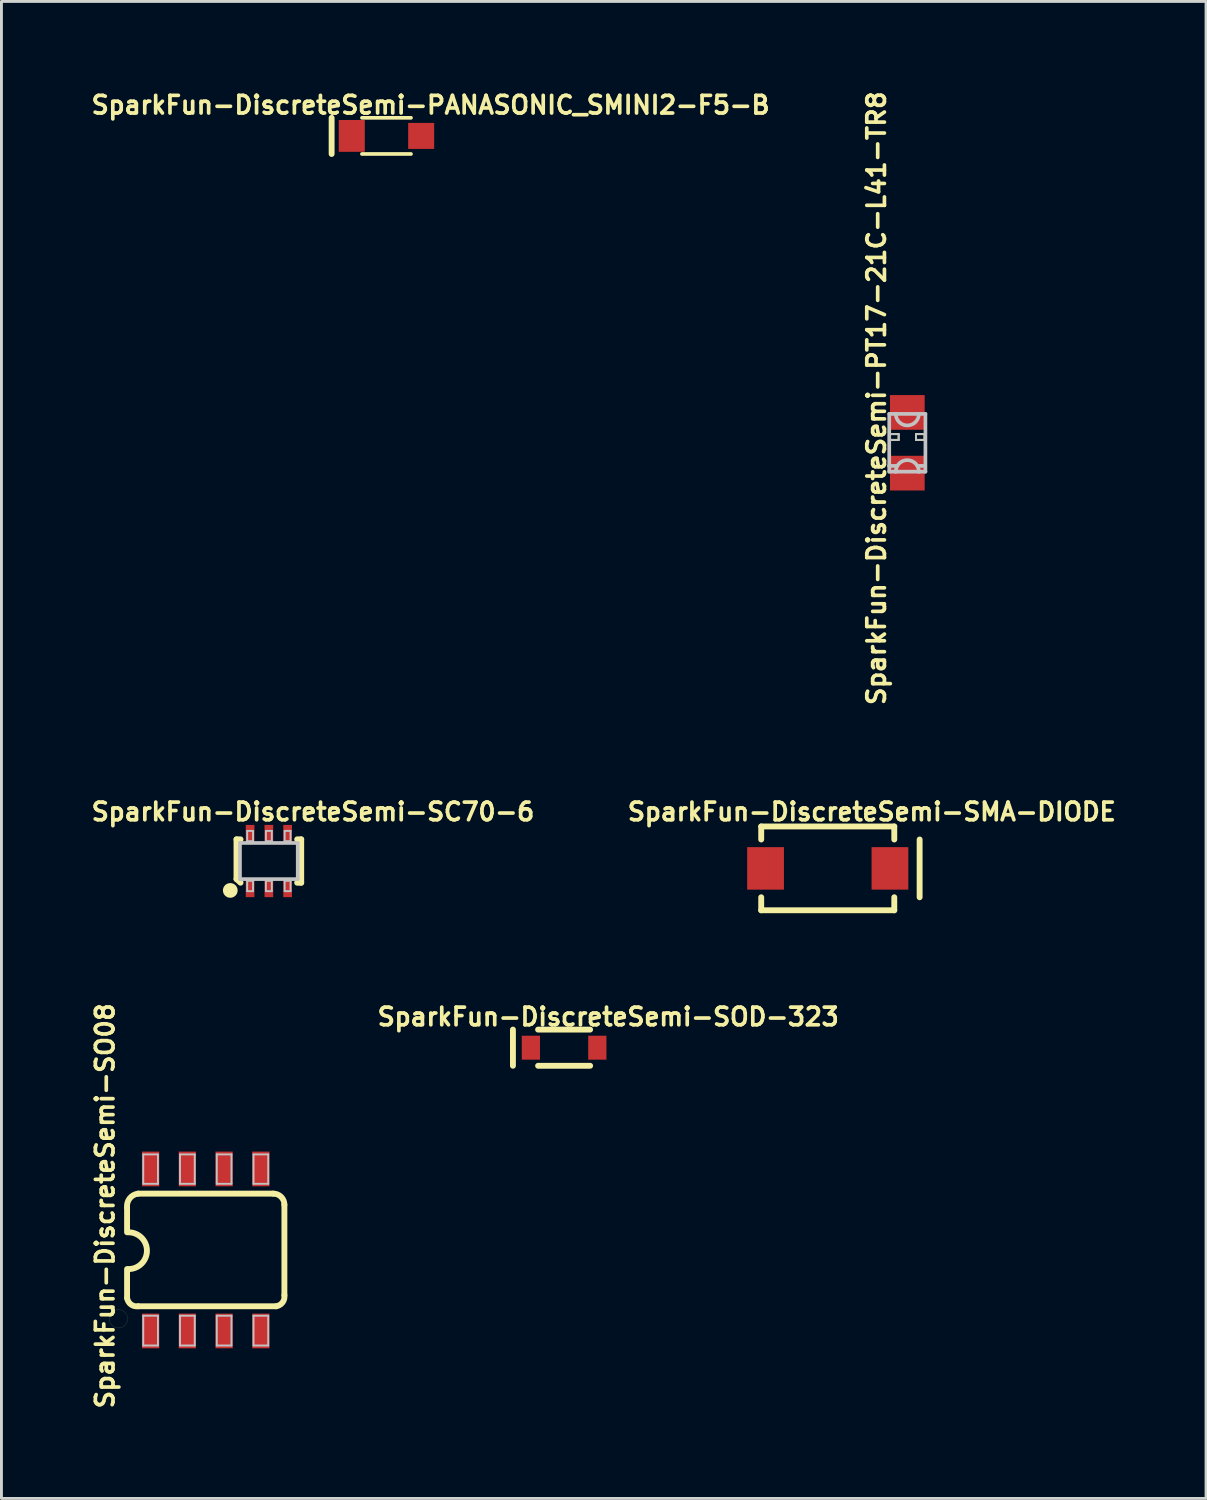
<source format=kicad_pcb>
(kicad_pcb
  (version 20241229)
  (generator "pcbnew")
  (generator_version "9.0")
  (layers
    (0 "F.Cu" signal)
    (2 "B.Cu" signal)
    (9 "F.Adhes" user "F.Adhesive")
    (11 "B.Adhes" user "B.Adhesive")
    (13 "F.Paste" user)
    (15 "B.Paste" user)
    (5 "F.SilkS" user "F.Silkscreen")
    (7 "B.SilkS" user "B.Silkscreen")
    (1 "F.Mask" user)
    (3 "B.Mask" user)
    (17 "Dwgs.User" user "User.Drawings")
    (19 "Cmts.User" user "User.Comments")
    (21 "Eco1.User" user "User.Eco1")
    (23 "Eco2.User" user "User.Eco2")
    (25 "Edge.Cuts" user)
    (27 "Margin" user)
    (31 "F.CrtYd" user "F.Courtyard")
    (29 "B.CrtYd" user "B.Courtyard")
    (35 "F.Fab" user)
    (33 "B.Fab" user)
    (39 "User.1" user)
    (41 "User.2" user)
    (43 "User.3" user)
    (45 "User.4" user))
  (footprint "SparkFun-DiscreteSemi-PT17-21C-L41-TR8"
    (layer "F.Cu")
    (at 28.302 12.25)
    (property "Reference" "SparkFun-DiscreteSemi-PT17-21C-L41-TR8" (at -1.067 -1.539 90) (layer "F.SilkS") (effects (font (size 0.61 0.61) (thickness 0.127))))
    (attr smd)
    (fp_line (start -0.599 -0.3) (end -0.3 -0.3) (stroke (width 0.066) (type solid)) (layer "F.SilkS"))
    (fp_line (start -0.599 -0.099) (end -0.599 -0.3) (stroke (width 0.066) (type solid)) (layer "F.SilkS"))
    (fp_line (start -0.599 -0.099) (end -0.3 -0.099) (stroke (width 0.066) (type solid)) (layer "F.SilkS"))
    (fp_line (start -0.3 -0.099) (end -0.3 -0.3) (stroke (width 0.066) (type solid)) (layer "F.SilkS"))
    (fp_line (start 0.3 -0.3) (end 0.599 -0.3) (stroke (width 0.066) (type solid)) (layer "F.SilkS"))
    (fp_line (start 0.3 -0.099) (end 0.3 -0.3) (stroke (width 0.066) (type solid)) (layer "F.SilkS"))
    (fp_line (start 0.3 -0.099) (end 0.599 -0.099) (stroke (width 0.066) (type solid)) (layer "F.SilkS"))
    (fp_line (start 0.599 -0.099) (end 0.599 -0.3) (stroke (width 0.066) (type solid)) (layer "F.SilkS"))
    (fp_line (start -0.625 -0.998) (end 0.625 -0.998) (stroke (width 0.127) (type solid)) (layer "Dwgs.User"))
    (fp_line (start -0.625 0.798) (end -0.625 -0.998) (stroke (width 0.127) (type solid)) (layer "Dwgs.User"))
    (fp_line (start -0.625 0.998) (end -0.625 0.798) (stroke (width 0.127) (type solid)) (layer "Dwgs.User"))
    (fp_line (start -0.599 -0.3) (end -0.3 -0.3) (stroke (width 0.066) (type solid)) (layer "Dwgs.User"))
    (fp_line (start -0.599 -0.099) (end -0.599 -0.3) (stroke (width 0.066) (type solid)) (layer "Dwgs.User"))
    (fp_line (start -0.599 -0.099) (end -0.3 -0.099) (stroke (width 0.066) (type solid)) (layer "Dwgs.User"))
    (fp_line (start -0.399 0.998) (end -0.625 0.998) (stroke (width 0.127) (type solid)) (layer "Dwgs.User"))
    (fp_line (start -0.348 0.798) (end -0.625 0.798) (stroke (width 0.127) (type solid)) (layer "Dwgs.User"))
    (fp_line (start -0.3 -0.099) (end -0.3 -0.3) (stroke (width 0.066) (type solid)) (layer "Dwgs.User"))
    (fp_line (start 0.3 -0.3) (end 0.599 -0.3) (stroke (width 0.066) (type solid)) (layer "Dwgs.User"))
    (fp_line (start 0.3 -0.099) (end 0.3 -0.3) (stroke (width 0.066) (type solid)) (layer "Dwgs.User"))
    (fp_line (start 0.3 -0.099) (end 0.599 -0.099) (stroke (width 0.066) (type solid)) (layer "Dwgs.User"))
    (fp_line (start 0.399 0.998) (end -0.399 0.998) (stroke (width 0.127) (type solid)) (layer "Dwgs.User"))
    (fp_line (start 0.599 -0.099) (end 0.599 -0.3) (stroke (width 0.066) (type solid)) (layer "Dwgs.User"))
    (fp_line (start 0.599 0.798) (end 0.348 0.798) (stroke (width 0.127) (type solid)) (layer "Dwgs.User"))
    (fp_line (start 0.625 -0.998) (end 0.625 0.998) (stroke (width 0.127) (type solid)) (layer "Dwgs.User"))
    (fp_line (start 0.625 0.998) (end 0.399 0.998) (stroke (width 0.127) (type solid)) (layer "Dwgs.User"))
    (fp_arc (start -0.39878 0.99822) (mid 0 0.59944) (end 0.39878 0.99822) (stroke (width 0.127) (type solid)) (layer "Dwgs.User"))
    (fp_arc (start 0.39878 -0.99822) (mid 0 -0.59944) (end -0.39878 -0.99822) (stroke (width 0.127) (type solid)) (layer "Dwgs.User"))
    (pad "C" smd rect (at 0 -1.049) (size 1.199 1.199) (layers "F.Cu" "F.Mask" "F.Paste"))
    (pad "E" smd rect (at 0 1.049) (size 1.199 1.199) (layers "F.Cu" "F.Mask" "F.Paste")))
  (footprint "SparkFun-DiscreteSemi-SC70-6"
    (layer "F.Cu")
    (at 6.24 26.702)
    (property "Reference" "SparkFun-DiscreteSemi-SC70-6" (at 1.524 -1.702 0) (layer "F.SilkS") (effects (font (size 0.61 0.61) (thickness 0.127))))
    (attr smd)
    (fp_line (start -1.118 -0.749) (end -1.118 0.622) (stroke (width 0.203) (type solid)) (layer "F.SilkS"))
    (fp_line (start -1.118 0.622) (end -0.978 0.749) (stroke (width 0.203) (type solid)) (layer "F.SilkS"))
    (fp_line (start -0.978 -0.749) (end -1.118 -0.749) (stroke (width 0.203) (type solid)) (layer "F.SilkS"))
    (fp_line (start 0.978 0.749) (end 1.118 0.749) (stroke (width 0.203) (type solid)) (layer "F.SilkS"))
    (fp_line (start 1.118 -0.749) (end 0.978 -0.749) (stroke (width 0.203) (type solid)) (layer "F.SilkS"))
    (fp_line (start 1.118 0.749) (end 1.118 -0.749) (stroke (width 0.203) (type solid)) (layer "F.SilkS"))
    (fp_circle (center -1.333 1.016) (end -1.333 0.762) (stroke (width 0) (type solid)) (fill yes) (layer "F.SilkS"))
    (fp_line (start -0.998 -0.625) (end -0.998 0.625) (stroke (width 0.127) (type solid)) (layer "Dwgs.User"))
    (fp_line (start -0.998 0.625) (end 0.998 0.625) (stroke (width 0.127) (type solid)) (layer "Dwgs.User"))
    (fp_line (start -0.749 -1.041) (end -0.546 -1.041) (stroke (width 0.066) (type solid)) (layer "Dwgs.User"))
    (fp_line (start -0.749 -0.686) (end -0.749 -1.041) (stroke (width 0.066) (type solid)) (layer "Dwgs.User"))
    (fp_line (start -0.749 -0.686) (end -0.546 -0.686) (stroke (width 0.066) (type solid)) (layer "Dwgs.User"))
    (fp_line (start -0.749 0.686) (end -0.546 0.686) (stroke (width 0.066) (type solid)) (layer "Dwgs.User"))
    (fp_line (start -0.749 1.041) (end -0.749 0.686) (stroke (width 0.066) (type solid)) (layer "Dwgs.User"))
    (fp_line (start -0.749 1.041) (end -0.546 1.041) (stroke (width 0.066) (type solid)) (layer "Dwgs.User"))
    (fp_line (start -0.546 -0.686) (end -0.546 -1.041) (stroke (width 0.066) (type solid)) (layer "Dwgs.User"))
    (fp_line (start -0.546 1.041) (end -0.546 0.686) (stroke (width 0.066) (type solid)) (layer "Dwgs.User"))
    (fp_line (start -0.102 -1.041) (end 0.102 -1.041) (stroke (width 0.066) (type solid)) (layer "Dwgs.User"))
    (fp_line (start -0.102 -0.686) (end -0.102 -1.041) (stroke (width 0.066) (type solid)) (layer "Dwgs.User"))
    (fp_line (start -0.102 -0.686) (end 0.102 -0.686) (stroke (width 0.066) (type solid)) (layer "Dwgs.User"))
    (fp_line (start -0.102 0.686) (end 0.102 0.686) (stroke (width 0.066) (type solid)) (layer "Dwgs.User"))
    (fp_line (start -0.102 1.041) (end -0.102 0.686) (stroke (width 0.066) (type solid)) (layer "Dwgs.User"))
    (fp_line (start -0.102 1.041) (end 0.102 1.041) (stroke (width 0.066) (type solid)) (layer "Dwgs.User"))
    (fp_line (start 0.102 -0.686) (end 0.102 -1.041) (stroke (width 0.066) (type solid)) (layer "Dwgs.User"))
    (fp_line (start 0.102 1.041) (end 0.102 0.686) (stroke (width 0.066) (type solid)) (layer "Dwgs.User"))
    (fp_line (start 0.546 -1.041) (end 0.749 -1.041) (stroke (width 0.066) (type solid)) (layer "Dwgs.User"))
    (fp_line (start 0.546 -0.686) (end 0.546 -1.041) (stroke (width 0.066) (type solid)) (layer "Dwgs.User"))
    (fp_line (start 0.546 -0.686) (end 0.749 -0.686) (stroke (width 0.066) (type solid)) (layer "Dwgs.User"))
    (fp_line (start 0.546 0.686) (end 0.749 0.686) (stroke (width 0.066) (type solid)) (layer "Dwgs.User"))
    (fp_line (start 0.546 1.041) (end 0.546 0.686) (stroke (width 0.066) (type solid)) (layer "Dwgs.User"))
    (fp_line (start 0.546 1.041) (end 0.749 1.041) (stroke (width 0.066) (type solid)) (layer "Dwgs.User"))
    (fp_line (start 0.749 -0.686) (end 0.749 -1.041) (stroke (width 0.066) (type solid)) (layer "Dwgs.User"))
    (fp_line (start 0.749 1.041) (end 0.749 0.686) (stroke (width 0.066) (type solid)) (layer "Dwgs.User"))
    (fp_line (start 0.998 -0.625) (end -0.998 -0.625) (stroke (width 0.127) (type solid)) (layer "Dwgs.User"))
    (fp_line (start 0.998 0.625) (end 0.998 -0.625) (stroke (width 0.127) (type solid)) (layer "Dwgs.User"))
    (pad "1" smd rect (at -0.648 0.919 180) (size 0.3 0.658) (layers "F.Cu" "F.Mask" "F.Paste"))
    (pad "2" smd rect (at 0 0.919 180) (size 0.3 0.658) (layers "F.Cu" "F.Mask" "F.Paste"))
    (pad "3" smd rect (at 0.648 0.919 180) (size 0.3 0.658) (layers "F.Cu" "F.Mask" "F.Paste"))
    (pad "4" smd rect (at 0.648 -0.919) (size 0.3 0.658) (layers "F.Cu" "F.Mask" "F.Paste"))
    (pad "5" smd rect (at 0 -0.919) (size 0.3 0.658) (layers "F.Cu" "F.Mask" "F.Paste"))
    (pad "6" smd rect (at -0.648 -0.919) (size 0.3 0.658) (layers "F.Cu" "F.Mask" "F.Paste")))
  (footprint "SparkFun-DiscreteSemi-SOD-323"
    (layer "F.Cu")
    (at 16.442 33.152)
    (property "Reference" "SparkFun-DiscreteSemi-SOD-323" (at 1.524 -1.067 0) (layer "F.SilkS") (effects (font (size 0.61 0.61) (thickness 0.127))))
    (attr smd)
    (fp_line (start -1.768 -0.625) (end -1.768 0.625) (stroke (width 0.203) (type solid)) (layer "F.SilkS"))
    (fp_line (start -0.899 -0.625) (end 0.899 -0.625) (stroke (width 0.203) (type solid)) (layer "F.SilkS"))
    (fp_line (start -0.899 0.625) (end 0.899 0.625) (stroke (width 0.203) (type solid)) (layer "F.SilkS"))
    (pad "A" smd rect (at 1.148 0) (size 0.63 0.828) (layers "F.Cu" "F.Mask" "F.Paste"))
    (pad "C" smd rect (at -1.148 0) (size 0.63 0.828) (layers "F.Cu" "F.Mask" "F.Paste")))
  (footprint "SparkFun-DiscreteSemi-SMA-DIODE"
    (layer "F.Cu")
    (at 25.552 26.956)
    (property "Reference" "SparkFun-DiscreteSemi-SMA-DIODE" (at 1.524 -1.956 0) (layer "F.SilkS") (effects (font (size 0.61 0.61) (thickness 0.127))))
    (attr smd)
    (fp_line (start -2.299 -1.448) (end 2.299 -1.448) (stroke (width 0.203) (type solid)) (layer "F.SilkS"))
    (fp_line (start -2.299 -0.998) (end -2.299 -1.448) (stroke (width 0.203) (type solid)) (layer "F.SilkS"))
    (fp_line (start -2.299 1.448) (end -2.299 0.998) (stroke (width 0.203) (type solid)) (layer "F.SilkS"))
    (fp_line (start 2.299 -1.448) (end 2.299 -0.998) (stroke (width 0.203) (type solid)) (layer "F.SilkS"))
    (fp_line (start 2.299 0.998) (end 2.299 1.448) (stroke (width 0.203) (type solid)) (layer "F.SilkS"))
    (fp_line (start 2.299 1.448) (end -2.299 1.448) (stroke (width 0.203) (type solid)) (layer "F.SilkS"))
    (fp_line (start 3.175 -0.998) (end 3.175 0.998) (stroke (width 0.203) (type solid)) (layer "F.SilkS"))
    (pad "A" smd rect (at -2.149 0 180) (size 1.27 1.468) (layers "F.Cu" "F.Mask" "F.Paste"))
    (pad "C" smd rect (at 2.149 0) (size 1.27 1.468) (layers "F.Cu" "F.Mask" "F.Paste")))
  (footprint "SparkFun-DiscreteSemi-SO08"
    (layer "F.Cu")
    (at 4.059 40.141)
    (property "Reference" "SparkFun-DiscreteSemi-SO08" (at -3.48 -1.524 90) (layer "F.SilkS") (effects (font (size 0.61 0.61) (thickness 0.127))))
    (attr smd)
    (fp_line (start -3.332 2.38) (end -3.325 2.451) (stroke (width 0.003) (type solid)) (layer "F.SilkS"))
    (fp_line (start -3.325 2.309) (end -3.332 2.38) (stroke (width 0.003) (type solid)) (layer "F.SilkS"))
    (fp_line (start -3.325 2.451) (end -3.302 2.517) (stroke (width 0.003) (type solid)) (layer "F.SilkS"))
    (fp_line (start -3.302 2.243) (end -3.325 2.309) (stroke (width 0.003) (type solid)) (layer "F.SilkS"))
    (fp_line (start -3.302 2.517) (end -3.264 2.578) (stroke (width 0.003) (type solid)) (layer "F.SilkS"))
    (fp_line (start -3.264 2.182) (end -3.302 2.243) (stroke (width 0.003) (type solid)) (layer "F.SilkS"))
    (fp_line (start -3.264 2.578) (end -3.213 2.629) (stroke (width 0.003) (type solid)) (layer "F.SilkS"))
    (fp_line (start -3.213 2.131) (end -3.264 2.182) (stroke (width 0.003) (type solid)) (layer "F.SilkS"))
    (fp_line (start -3.213 2.629) (end -3.152 2.667) (stroke (width 0.003) (type solid)) (layer "F.SilkS"))
    (fp_line (start -3.152 2.093) (end -3.213 2.131) (stroke (width 0.003) (type solid)) (layer "F.SilkS"))
    (fp_line (start -3.152 2.667) (end -3.086 2.69) (stroke (width 0.003) (type solid)) (layer "F.SilkS"))
    (fp_line (start -3.086 2.07) (end -3.152 2.093) (stroke (width 0.003) (type solid)) (layer "F.SilkS"))
    (fp_line (start -3.086 2.69) (end -3.015 2.697) (stroke (width 0.003) (type solid)) (layer "F.SilkS"))
    (fp_line (start -3.015 2.062) (end -3.086 2.07) (stroke (width 0.003) (type solid)) (layer "F.SilkS"))
    (fp_line (start -3.015 2.697) (end -2.944 2.69) (stroke (width 0.003) (type solid)) (layer "F.SilkS"))
    (fp_line (start -2.944 2.07) (end -3.015 2.062) (stroke (width 0.003) (type solid)) (layer "F.SilkS"))
    (fp_line (start -2.944 2.69) (end -2.878 2.667) (stroke (width 0.003) (type solid)) (layer "F.SilkS"))
    (fp_line (start -2.878 2.093) (end -2.944 2.07) (stroke (width 0.003) (type solid)) (layer "F.SilkS"))
    (fp_line (start -2.878 2.667) (end -2.817 2.629) (stroke (width 0.003) (type solid)) (layer "F.SilkS"))
    (fp_line (start -2.817 2.131) (end -2.878 2.093) (stroke (width 0.003) (type solid)) (layer "F.SilkS"))
    (fp_line (start -2.817 2.629) (end -2.766 2.578) (stroke (width 0.003) (type solid)) (layer "F.SilkS"))
    (fp_line (start -2.766 2.182) (end -2.817 2.131) (stroke (width 0.003) (type solid)) (layer "F.SilkS"))
    (fp_line (start -2.766 2.578) (end -2.728 2.517) (stroke (width 0.003) (type solid)) (layer "F.SilkS"))
    (fp_line (start -2.728 2.243) (end -2.766 2.182) (stroke (width 0.003) (type solid)) (layer "F.SilkS"))
    (fp_line (start -2.728 2.517) (end -2.705 2.451) (stroke (width 0.003) (type solid)) (layer "F.SilkS"))
    (fp_line (start -2.718 -1.45) (end -2.718 -0.61) (stroke (width 0.203) (type solid)) (layer "F.SilkS"))
    (fp_line (start -2.718 1.664) (end -2.718 0.66) (stroke (width 0.203) (type solid)) (layer "F.SilkS"))
    (fp_line (start -2.705 2.309) (end -2.728 2.243) (stroke (width 0.003) (type solid)) (layer "F.SilkS"))
    (fp_line (start -2.705 2.451) (end -2.697 2.38) (stroke (width 0.003) (type solid)) (layer "F.SilkS"))
    (fp_line (start -2.697 2.38) (end -2.705 2.309) (stroke (width 0.003) (type solid)) (layer "F.SilkS"))
    (fp_line (start -2.337 1.946) (end 2.436 1.946) (stroke (width 0.203) (type solid)) (layer "F.SilkS"))
    (fp_line (start 2.337 -1.946) (end -2.337 -1.946) (stroke (width 0.203) (type solid)) (layer "F.SilkS"))
    (fp_line (start 2.718 1.565) (end 2.718 -1.565) (stroke (width 0.203) (type solid)) (layer "F.SilkS"))
    (fp_arc (start -2.7178 -1.46304) (mid -2.62725 -1.783248) (end -2.3368 -1.94564) (stroke (width 0.2032) (type solid)) (layer "F.SilkS"))
    (fp_arc (start -2.667 -0.6096) (mid -2.032 0.0254) (end -2.667 0.6604) (stroke (width 0.2032) (type solid)) (layer "F.SilkS"))
    (fp_arc (start -2.3368 1.94564) (mid -2.584422 1.883052) (end -2.71526 1.6637) (stroke (width 0.2032) (type solid)) (layer "F.SilkS"))
    (fp_arc (start 2.3368 -1.94564) (mid 2.606208 -1.834048) (end 2.7178 -1.56464) (stroke (width 0.2032) (type solid)) (layer "F.SilkS"))
    (fp_arc (start 2.7178 1.56464) (mid 2.654468 1.814058) (end 2.43332 1.94564) (stroke (width 0.2032) (type solid)) (layer "F.SilkS"))
    (fp_line (start -2.159 -3.302) (end -1.651 -3.302) (stroke (width 0.066) (type solid)) (layer "Dwgs.User"))
    (fp_line (start -2.159 -2.286) (end -2.159 -3.302) (stroke (width 0.066) (type solid)) (layer "Dwgs.User"))
    (fp_line (start -2.159 -2.286) (end -1.651 -2.286) (stroke (width 0.066) (type solid)) (layer "Dwgs.User"))
    (fp_line (start -2.159 2.273) (end -1.651 2.273) (stroke (width 0.066) (type solid)) (layer "Dwgs.User"))
    (fp_line (start -2.159 3.302) (end -2.159 2.273) (stroke (width 0.066) (type solid)) (layer "Dwgs.User"))
    (fp_line (start -2.159 3.302) (end -1.651 3.302) (stroke (width 0.066) (type solid)) (layer "Dwgs.User"))
    (fp_line (start -1.651 -2.286) (end -1.651 -3.302) (stroke (width 0.066) (type solid)) (layer "Dwgs.User"))
    (fp_line (start -1.651 3.302) (end -1.651 2.273) (stroke (width 0.066) (type solid)) (layer "Dwgs.User"))
    (fp_line (start -0.889 -3.302) (end -0.381 -3.302) (stroke (width 0.066) (type solid)) (layer "Dwgs.User"))
    (fp_line (start -0.889 -2.286) (end -0.889 -3.302) (stroke (width 0.066) (type solid)) (layer "Dwgs.User"))
    (fp_line (start -0.889 -2.286) (end -0.381 -2.286) (stroke (width 0.066) (type solid)) (layer "Dwgs.User"))
    (fp_line (start -0.889 2.273) (end -0.381 2.273) (stroke (width 0.066) (type solid)) (layer "Dwgs.User"))
    (fp_line (start -0.889 3.302) (end -0.889 2.273) (stroke (width 0.066) (type solid)) (layer "Dwgs.User"))
    (fp_line (start -0.889 3.302) (end -0.381 3.302) (stroke (width 0.066) (type solid)) (layer "Dwgs.User"))
    (fp_line (start -0.381 -2.286) (end -0.381 -3.302) (stroke (width 0.066) (type solid)) (layer "Dwgs.User"))
    (fp_line (start -0.381 3.302) (end -0.381 2.273) (stroke (width 0.066) (type solid)) (layer "Dwgs.User"))
    (fp_line (start 0.381 -3.302) (end 0.889 -3.302) (stroke (width 0.066) (type solid)) (layer "Dwgs.User"))
    (fp_line (start 0.381 -2.286) (end 0.381 -3.302) (stroke (width 0.066) (type solid)) (layer "Dwgs.User"))
    (fp_line (start 0.381 -2.286) (end 0.889 -2.286) (stroke (width 0.066) (type solid)) (layer "Dwgs.User"))
    (fp_line (start 0.381 2.273) (end 0.889 2.273) (stroke (width 0.066) (type solid)) (layer "Dwgs.User"))
    (fp_line (start 0.381 3.302) (end 0.381 2.273) (stroke (width 0.066) (type solid)) (layer "Dwgs.User"))
    (fp_line (start 0.381 3.302) (end 0.889 3.302) (stroke (width 0.066) (type solid)) (layer "Dwgs.User"))
    (fp_line (start 0.889 -2.286) (end 0.889 -3.302) (stroke (width 0.066) (type solid)) (layer "Dwgs.User"))
    (fp_line (start 0.889 3.302) (end 0.889 2.273) (stroke (width 0.066) (type solid)) (layer "Dwgs.User"))
    (fp_line (start 1.651 -3.302) (end 2.159 -3.302) (stroke (width 0.066) (type solid)) (layer "Dwgs.User"))
    (fp_line (start 1.651 -2.286) (end 1.651 -3.302) (stroke (width 0.066) (type solid)) (layer "Dwgs.User"))
    (fp_line (start 1.651 -2.286) (end 2.159 -2.286) (stroke (width 0.066) (type solid)) (layer "Dwgs.User"))
    (fp_line (start 1.651 2.273) (end 2.159 2.273) (stroke (width 0.066) (type solid)) (layer "Dwgs.User"))
    (fp_line (start 1.651 3.302) (end 1.651 2.273) (stroke (width 0.066) (type solid)) (layer "Dwgs.User"))
    (fp_line (start 1.651 3.302) (end 2.159 3.302) (stroke (width 0.066) (type solid)) (layer "Dwgs.User"))
    (fp_line (start 2.159 -2.286) (end 2.159 -3.302) (stroke (width 0.066) (type solid)) (layer "Dwgs.User"))
    (fp_line (start 2.159 3.302) (end 2.159 2.273) (stroke (width 0.066) (type solid)) (layer "Dwgs.User"))
    (pad "1" smd rect (at -1.905 2.799) (size 0.599 1.199) (layers "F.Cu" "F.Mask" "F.Paste"))
    (pad "2" smd rect (at -0.635 2.799) (size 0.599 1.199) (layers "F.Cu" "F.Mask" "F.Paste"))
    (pad "3" smd rect (at 0.635 2.799) (size 0.599 1.199) (layers "F.Cu" "F.Mask" "F.Paste"))
    (pad "4" smd rect (at 1.905 2.799) (size 0.599 1.199) (layers "F.Cu" "F.Mask" "F.Paste"))
    (pad "5" smd rect (at 1.905 -2.799) (size 0.599 1.199) (layers "F.Cu" "F.Mask" "F.Paste"))
    (pad "6" smd rect (at 0.635 -2.799) (size 0.599 1.199) (layers "F.Cu" "F.Mask" "F.Paste"))
    (pad "7" smd rect (at -0.635 -2.799) (size 0.599 1.199) (layers "F.Cu" "F.Mask" "F.Paste"))
    (pad "8" smd rect (at -1.905 -2.799) (size 0.599 1.199) (layers "F.Cu" "F.Mask" "F.Paste")))
  (footprint "SparkFun-DiscreteSemi-PANASONIC_SMINI2-F5-B"
    (layer "F.Cu")
    (at 10.304 1.646)
    (property "Reference" "SparkFun-DiscreteSemi-PANASONIC_SMINI2-F5-B" (at 1.524 -1.067 0) (layer "F.SilkS") (effects (font (size 0.61 0.61) (thickness 0.127))))
    (attr smd)
    (fp_line (start -1.895 -0.625) (end -1.895 0.625) (stroke (width 0.203) (type solid)) (layer "F.SilkS"))
    (fp_line (start -0.848 -0.625) (end 0.848 -0.625) (stroke (width 0.127) (type solid)) (layer "F.SilkS"))
    (fp_line (start -0.848 0.625) (end 0.848 0.625) (stroke (width 0.127) (type solid)) (layer "F.SilkS"))
    (pad "A" smd rect (at 1.199 0) (size 0.899 0.899) (layers "F.Cu" "F.Mask" "F.Paste"))
    (pad "C" smd rect (at -1.199 0) (size 0.899 1.1) (layers "F.Cu" "F.Mask" "F.Paste")))
  (gr_rect
    (start -3 -3)
    (end 38.624 48.727)
    (stroke (width 0.1) (type default))
    (fill no)
    (layer "Edge.Cuts")))
</source>
